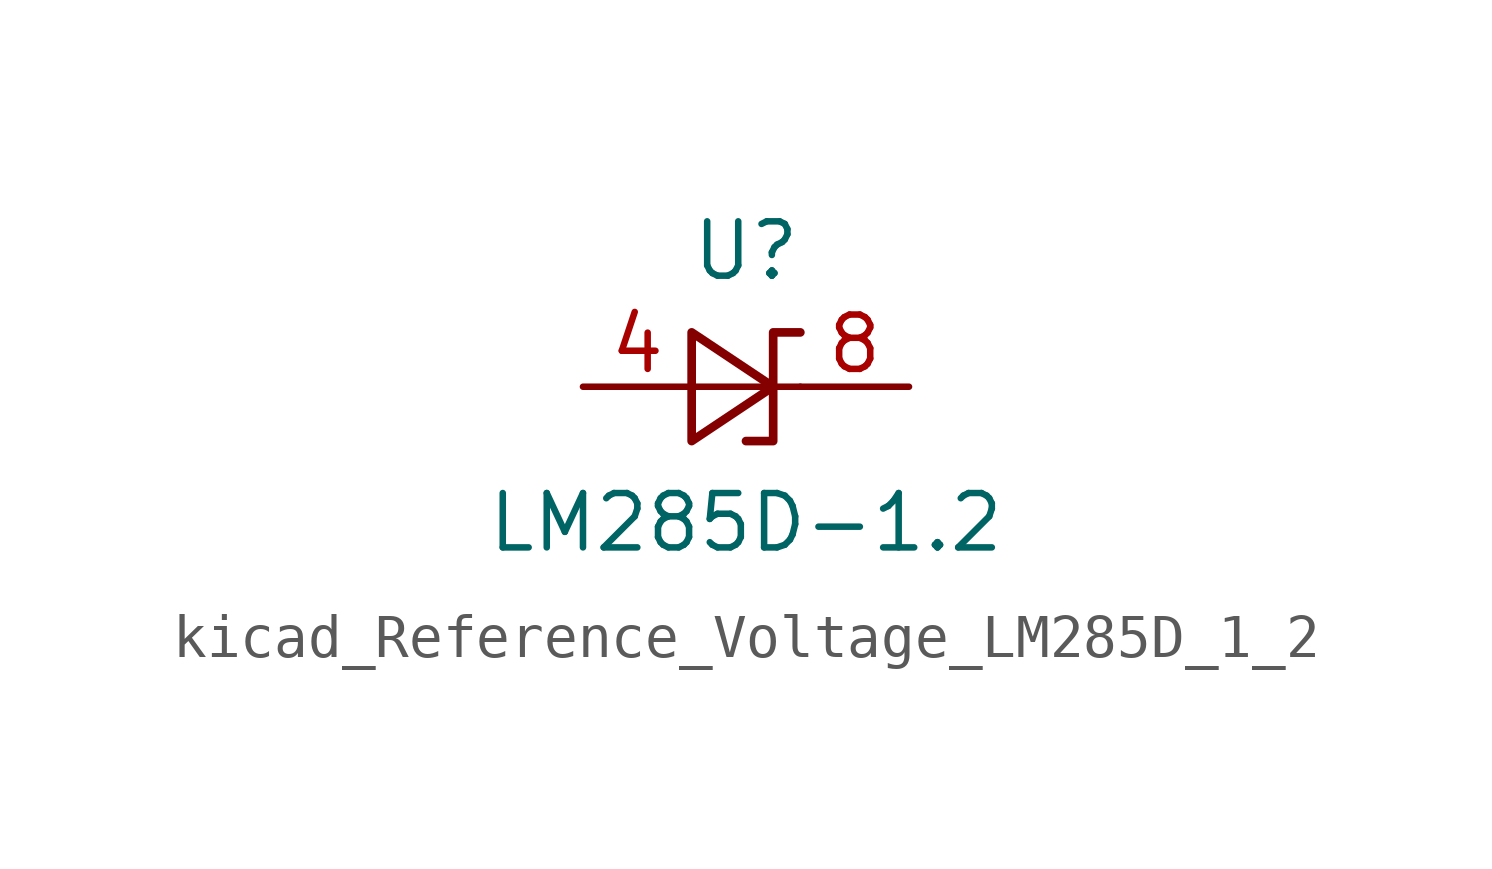
<source format=kicad_sym>
(kicad_symbol_lib
  (version 20220914)
  (generator kicad_symbol_editor)
  (symbol "kicad_Reference_Voltage_LM285D_1_2"
    (pin_names
      (offset 0.025) hide)
    (property "Reference" "U"
      (at 0 3.175 0)
      (effects (font (size 1.27 1.27))))
    (property "Value" "LM285D-1.2"
      (at 0 -3.175 0)
      (effects (font (size 1.27 1.27))))
    (symbol "kicad_Reference_Voltage_LM285D_1_2_0_1"
      (polyline (pts (xy -1.27 0) (xy 0 0) (xy 1.27 0)) (stroke (width 0) (type default)) (fill (type none)))
      (polyline (pts (xy -1.27 -1.27) (xy 0.635 0) (xy -1.27 1.27) (xy -1.27 -1.27)) (stroke (width 0.203) (type default)) (fill (type none)))
      (polyline (pts (xy 0 -1.27) (xy 0.635 -1.27) (xy 0.635 1.27) (xy 1.27 1.27)) (stroke (width 0.203) (type default)) (fill (type none))))
    (symbol "kicad_Reference_Voltage_LM285D_1_2_1_1"
      (pin passive line (at -3.81 0 0) (length 2.54) (name "A" (effects (font (size 1.27 1.27)))) (number "4" (effects (font (size 1.27 1.27)))))
      (pin passive line (at 3.81 0 180) (length 2.54) (name "K" (effects (font (size 1.27 1.27)))) (number "8" (effects (font (size 1.27 1.27))))))))
</source>
